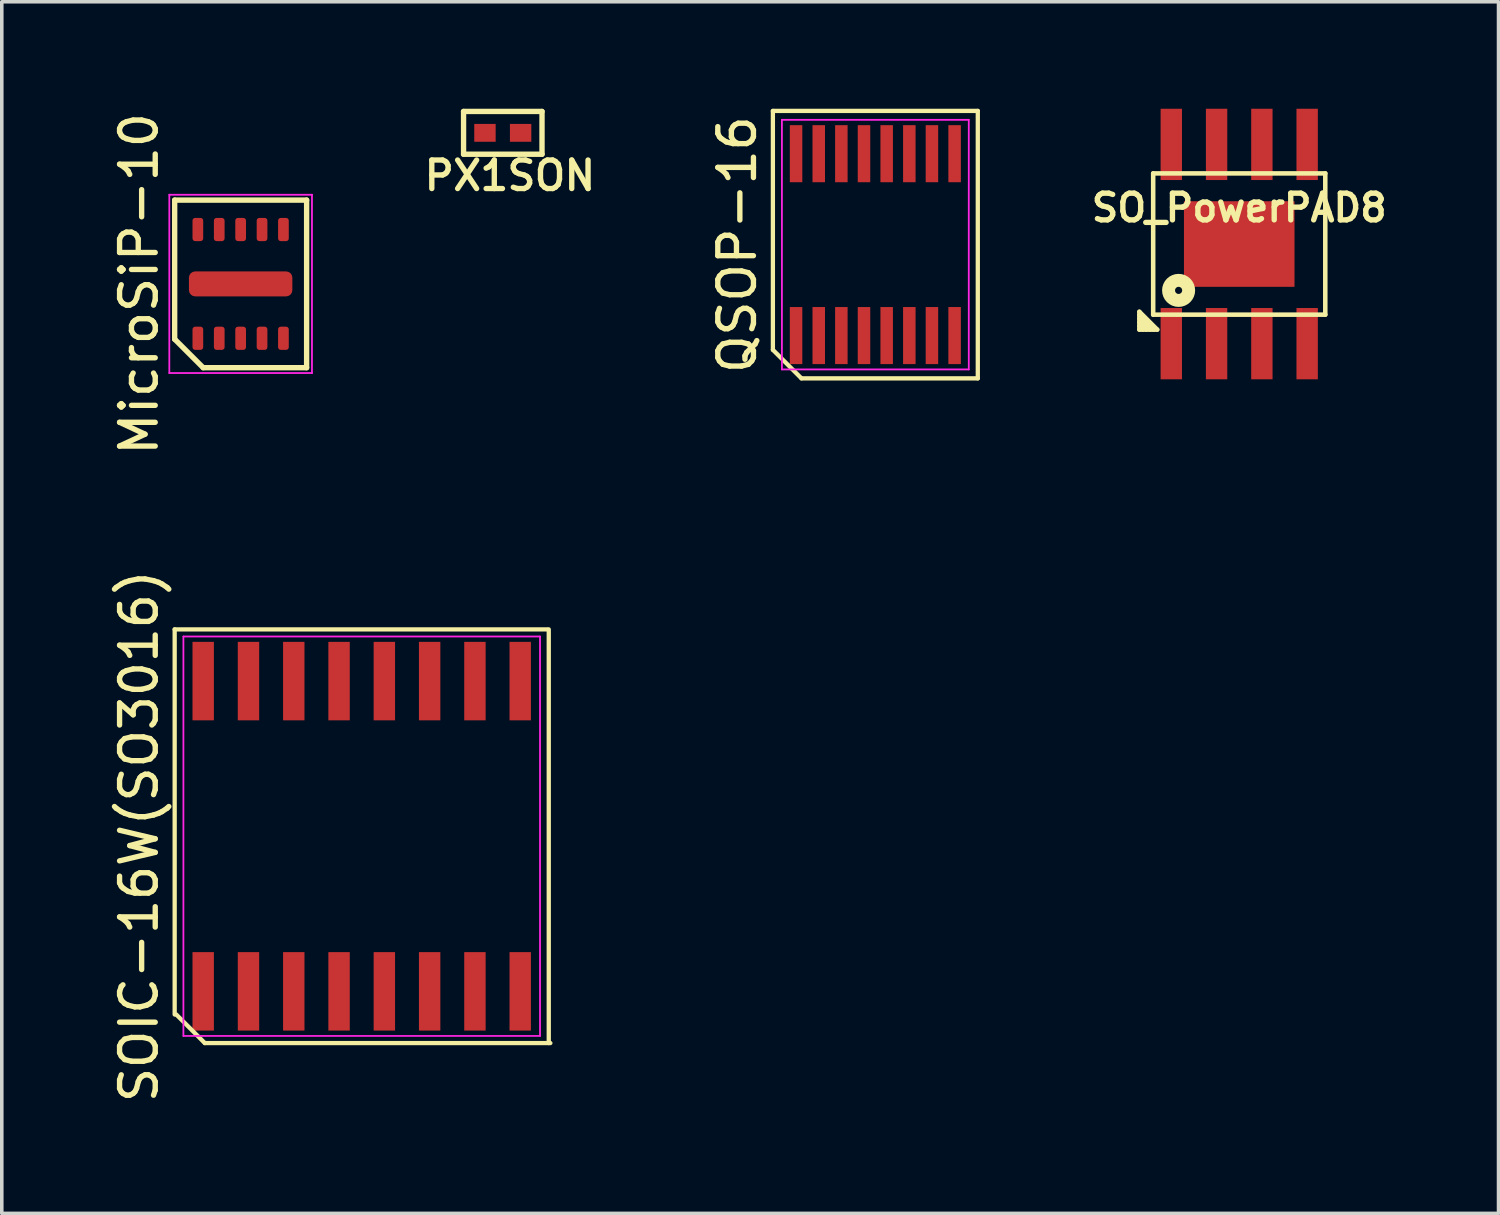
<source format=kicad_pcb>
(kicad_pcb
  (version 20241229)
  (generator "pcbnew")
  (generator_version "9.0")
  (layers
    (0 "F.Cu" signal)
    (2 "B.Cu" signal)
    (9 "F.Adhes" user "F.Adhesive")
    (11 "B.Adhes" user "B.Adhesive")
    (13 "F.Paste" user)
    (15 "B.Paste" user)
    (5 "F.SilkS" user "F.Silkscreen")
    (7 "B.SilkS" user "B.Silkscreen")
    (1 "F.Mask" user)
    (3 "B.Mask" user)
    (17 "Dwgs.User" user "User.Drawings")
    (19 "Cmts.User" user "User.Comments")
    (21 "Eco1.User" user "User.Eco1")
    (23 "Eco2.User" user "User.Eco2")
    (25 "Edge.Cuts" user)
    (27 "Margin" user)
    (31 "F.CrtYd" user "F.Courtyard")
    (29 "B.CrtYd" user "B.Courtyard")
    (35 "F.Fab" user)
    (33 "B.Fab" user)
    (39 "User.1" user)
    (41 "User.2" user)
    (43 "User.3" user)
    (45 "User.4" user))
  (footprint "QSOP-16"
    (layer "F.Cu")
    (at 21.496 3.81)
    (property "Reference" "QSOP-16" (at -3.873 0 90) (layer "F.SilkS") (effects (font (size 1 1) (thickness 0.15))))
    (attr smd)
    (fp_line (start -2.873 -3.75) (end 2.873 -3.75) (stroke (width 0.12) (type solid)) (layer "F.SilkS"))
    (fp_line (start -2.873 2.95) (end -2.873 -3.75) (stroke (width 0.12) (type solid)) (layer "F.SilkS"))
    (fp_line (start -2.072 3.75) (end -2.873 2.95) (stroke (width 0.12) (type solid)) (layer "F.SilkS"))
    (fp_line (start 2.873 -3.75) (end 2.873 3.75) (stroke (width 0.12) (type solid)) (layer "F.SilkS"))
    (fp_line (start 2.873 3.75) (end -2.072 3.75) (stroke (width 0.12) (type solid)) (layer "F.SilkS"))
    (fp_line (start -2.62 -3.5) (end 2.62 -3.5) (stroke (width 0.05) (type solid)) (layer "F.CrtYd"))
    (fp_line (start -2.62 3.5) (end -2.62 -3.5) (stroke (width 0.05) (type solid)) (layer "F.CrtYd"))
    (fp_line (start 2.62 -3.5) (end 2.62 3.5) (stroke (width 0.05) (type solid)) (layer "F.CrtYd"))
    (fp_line (start 2.62 3.5) (end -2.62 3.5) (stroke (width 0.05) (type solid)) (layer "F.CrtYd"))
    (pad "1" smd rect (at -2.223 2.55) (size 0.35 1.6) (layers "F.Cu" "F.Mask" "F.Paste"))
    (pad "2" smd rect (at -1.587 2.55) (size 0.35 1.6) (layers "F.Cu" "F.Mask" "F.Paste"))
    (pad "3" smd rect (at -0.953 2.55) (size 0.35 1.6) (layers "F.Cu" "F.Mask" "F.Paste"))
    (pad "4" smd rect (at -0.318 2.55) (size 0.35 1.6) (layers "F.Cu" "F.Mask" "F.Paste"))
    (pad "5" smd rect (at 0.318 2.55) (size 0.35 1.6) (layers "F.Cu" "F.Mask" "F.Paste"))
    (pad "6" smd rect (at 0.953 2.55) (size 0.35 1.6) (layers "F.Cu" "F.Mask" "F.Paste"))
    (pad "7" smd rect (at 1.587 2.55) (size 0.35 1.6) (layers "F.Cu" "F.Mask" "F.Paste"))
    (pad "8" smd rect (at 2.223 2.55) (size 0.35 1.6) (layers "F.Cu" "F.Mask" "F.Paste"))
    (pad "9" smd rect (at 2.223 -2.55) (size 0.35 1.6) (layers "F.Cu" "F.Mask" "F.Paste"))
    (pad "10" smd rect (at 1.587 -2.55) (size 0.35 1.6) (layers "F.Cu" "F.Mask" "F.Paste"))
    (pad "11" smd rect (at 0.953 -2.55) (size 0.35 1.6) (layers "F.Cu" "F.Mask" "F.Paste"))
    (pad "12" smd rect (at 0.318 -2.55) (size 0.35 1.6) (layers "F.Cu" "F.Mask" "F.Paste"))
    (pad "13" smd rect (at -0.318 -2.55) (size 0.35 1.6) (layers "F.Cu" "F.Mask" "F.Paste"))
    (pad "14" smd rect (at -0.953 -2.55) (size 0.35 1.6) (layers "F.Cu" "F.Mask" "F.Paste"))
    (pad "15" smd rect (at -1.587 -2.55) (size 0.35 1.6) (layers "F.Cu" "F.Mask" "F.Paste"))
    (pad "16" smd rect (at -2.223 -2.55) (size 0.35 1.6) (layers "F.Cu" "F.Mask" "F.Paste")))
  (footprint "PX1SON"
    (layer "F.Cu")
    (at 11.049 0.675)
    (property "Reference" "PX1SON" (at 0.2 1.2 0) (layer "F.SilkS") (effects (font (size 0.8 0.8) (thickness 0.15))))
    (attr through_hole)
    (fp_line (start -1.1 -0.6) (end 1.1 -0.6) (stroke (width 0.15) (type solid)) (layer "F.SilkS"))
    (fp_line (start -1.1 0.6) (end -1.1 -0.6) (stroke (width 0.15) (type solid)) (layer "F.SilkS"))
    (fp_line (start 1.1 -0.6) (end 1.1 0.6) (stroke (width 0.15) (type solid)) (layer "F.SilkS"))
    (fp_line (start 1.1 0.6) (end -1.1 0.6) (stroke (width 0.15) (type solid)) (layer "F.SilkS"))
    (pad "1" smd rect (at -0.5 0) (size 0.6 0.5) (layers "F.Cu" "F.Mask" "F.Paste"))
    (pad "2" smd rect (at 0.5 0) (size 0.6 0.5) (layers "F.Cu" "F.Mask" "F.Paste")))
  (footprint "SO_PowerPAD8"
    (layer "F.Cu")
    (at 31.7 3.793)
    (property "Reference" "SO_PowerPAD8" (at 0 -1.016 0) (layer "F.SilkS") (effects (font (size 0.749 0.749) (thickness 0.15))))
    (attr through_hole)
    (fp_line (start -2.8 1.9) (end -2.3 2.4) (stroke (width 0.127) (type solid)) (layer "F.SilkS"))
    (fp_line (start -2.8 2.4) (end -2.8 1.9) (stroke (width 0.127) (type solid)) (layer "F.SilkS"))
    (fp_line (start -2.7 2.4) (end -2.8 2.3) (stroke (width 0.127) (type solid)) (layer "F.SilkS"))
    (fp_line (start -2.6 2.4) (end -2.8 2.2) (stroke (width 0.127) (type solid)) (layer "F.SilkS"))
    (fp_line (start -2.5 2.4) (end -2.8 2.1) (stroke (width 0.127) (type solid)) (layer "F.SilkS"))
    (fp_line (start -2.413 -1.981) (end -2.413 1.981) (stroke (width 0.127) (type solid)) (layer "F.SilkS"))
    (fp_line (start -2.413 1.981) (end 2.413 1.981) (stroke (width 0.127) (type solid)) (layer "F.SilkS"))
    (fp_line (start -2.4 2.4) (end -2.8 2) (stroke (width 0.127) (type solid)) (layer "F.SilkS"))
    (fp_line (start -2.3 2.4) (end -2.8 2.4) (stroke (width 0.127) (type solid)) (layer "F.SilkS"))
    (fp_line (start 2.413 -1.981) (end -2.413 -1.981) (stroke (width 0.127) (type solid)) (layer "F.SilkS"))
    (fp_line (start 2.413 1.981) (end 2.413 -1.981) (stroke (width 0.127) (type solid)) (layer "F.SilkS"))
    (fp_circle (center -1.7 1.3) (end -2.1 1.3) (stroke (width 0.127) (type solid)) (fill no) (layer "F.SilkS"))
    (fp_circle (center -1.7 1.3) (end -2 1.3) (stroke (width 0.127) (type solid)) (fill no) (layer "F.SilkS"))
    (fp_circle (center -1.7 1.3) (end -1.9 1.3) (stroke (width 0.127) (type solid)) (fill no) (layer "F.SilkS"))
    (fp_circle (center -1.7 1.3) (end -1.8 1.3) (stroke (width 0.3) (type solid)) (fill no) (layer "F.SilkS"))
    (pad "1" smd rect (at -1.905 2.794) (size 0.599 1.999) (layers "F.Cu" "F.Mask" "F.Paste"))
    (pad "2" smd rect (at -0.635 2.794) (size 0.599 1.999) (layers "F.Cu" "F.Mask" "F.Paste"))
    (pad "3" smd rect (at 0.635 2.794) (size 0.599 1.999) (layers "F.Cu" "F.Mask" "F.Paste"))
    (pad "4" smd rect (at 1.905 2.794) (size 0.599 1.999) (layers "F.Cu" "F.Mask" "F.Paste"))
    (pad "5" smd rect (at 1.905 -2.794) (size 0.599 1.999) (layers "F.Cu" "F.Mask" "F.Paste"))
    (pad "6" smd rect (at 0.635 -2.794) (size 0.599 1.999) (layers "F.Cu" "F.Mask" "F.Paste"))
    (pad "7" smd rect (at -0.635 -2.794) (size 0.599 1.999) (layers "F.Cu" "F.Mask" "F.Paste"))
    (pad "8" smd rect (at -1.905 -2.794) (size 0.599 1.999) (layers "F.Cu" "F.Mask" "F.Paste"))
    (pad "9" smd rect (at 0 0) (size 3.1 2.4) (layers "F.Cu" "F.Mask" "F.Paste")))
  (footprint "SOIC-16W(SO3016)"
    (layer "F.Cu")
    (at 7.093 20.399)
    (property "Reference" "SOIC-16W(SO3016)" (at -6.245 0 90) (layer "F.SilkS") (effects (font (size 1 1) (thickness 0.15))))
    (attr smd)
    (fp_line (start -5.245 -5.8) (end 5.2 -5.8) (stroke (width 0.12) (type solid)) (layer "F.SilkS"))
    (fp_line (start -5.245 5) (end -5.245 -5.8) (stroke (width 0.12) (type solid)) (layer "F.SilkS"))
    (fp_line (start -4.4 5.8) (end -5.2 5) (stroke (width 0.12) (type solid)) (layer "F.SilkS"))
    (fp_line (start 5.245 -5.8) (end 5.245 5.8) (stroke (width 0.12) (type solid)) (layer "F.SilkS"))
    (fp_line (start 5.29 5.8) (end -4.4 5.8) (stroke (width 0.12) (type solid)) (layer "F.SilkS"))
    (fp_line (start -5 -5.6) (end 5 -5.6) (stroke (width 0.05) (type solid)) (layer "F.CrtYd"))
    (fp_line (start -5 5.6) (end -5 -5.6) (stroke (width 0.05) (type solid)) (layer "F.CrtYd"))
    (fp_line (start 5 -5.6) (end 5 5.6) (stroke (width 0.05) (type solid)) (layer "F.CrtYd"))
    (fp_line (start 5 5.6) (end -5 5.6) (stroke (width 0.05) (type solid)) (layer "F.CrtYd"))
    (pad "1" smd rect (at -4.445 4.35) (size 0.6 2.2) (layers "F.Cu" "F.Mask" "F.Paste"))
    (pad "2" smd rect (at -3.175 4.35) (size 0.6 2.2) (layers "F.Cu" "F.Mask" "F.Paste"))
    (pad "3" smd rect (at -1.905 4.35) (size 0.6 2.2) (layers "F.Cu" "F.Mask" "F.Paste"))
    (pad "4" smd rect (at -0.635 4.35) (size 0.6 2.2) (layers "F.Cu" "F.Mask" "F.Paste"))
    (pad "5" smd rect (at 0.635 4.35) (size 0.6 2.2) (layers "F.Cu" "F.Mask" "F.Paste"))
    (pad "6" smd rect (at 1.905 4.35) (size 0.6 2.2) (layers "F.Cu" "F.Mask" "F.Paste"))
    (pad "7" smd rect (at 3.175 4.35) (size 0.6 2.2) (layers "F.Cu" "F.Mask" "F.Paste"))
    (pad "8" smd rect (at 4.445 4.35) (size 0.6 2.2) (layers "F.Cu" "F.Mask" "F.Paste"))
    (pad "9" smd rect (at 4.445 -4.35) (size 0.6 2.2) (layers "F.Cu" "F.Mask" "F.Paste"))
    (pad "10" smd rect (at 3.175 -4.35) (size 0.6 2.2) (layers "F.Cu" "F.Mask" "F.Paste"))
    (pad "11" smd rect (at 1.905 -4.35) (size 0.6 2.2) (layers "F.Cu" "F.Mask" "F.Paste"))
    (pad "12" smd rect (at 0.635 -4.35) (size 0.6 2.2) (layers "F.Cu" "F.Mask" "F.Paste"))
    (pad "13" smd rect (at -0.635 -4.35) (size 0.6 2.2) (layers "F.Cu" "F.Mask" "F.Paste"))
    (pad "14" smd rect (at -1.905 -4.35) (size 0.6 2.2) (layers "F.Cu" "F.Mask" "F.Paste"))
    (pad "15" smd rect (at -3.175 -4.35) (size 0.6 2.2) (layers "F.Cu" "F.Mask" "F.Paste"))
    (pad "16" smd rect (at -4.445 -4.35) (size 0.6 2.2) (layers "F.Cu" "F.Mask" "F.Paste")))
  (footprint "MicroSiP-10"
    (layer "F.Cu")
    (at 3.698 4.911)
    (property "Reference" "MicroSiP-10" (at -2.85 0 90) (layer "F.SilkS") (effects (font (size 1 1) (thickness 0.15))))
    (attr smd)
    (fp_line (start -1.85 -2.35) (end 1.85 -2.35) (stroke (width 0.15) (type solid)) (layer "F.SilkS"))
    (fp_line (start -1.85 1.55) (end -1.85 -2.35) (stroke (width 0.15) (type solid)) (layer "F.SilkS"))
    (fp_line (start -1.05 2.35) (end -1.85 1.55) (stroke (width 0.15) (type solid)) (layer "F.SilkS"))
    (fp_line (start 1.85 -2.35) (end 1.85 2.35) (stroke (width 0.15) (type solid)) (layer "F.SilkS"))
    (fp_line (start 1.85 2.35) (end -1.05 2.35) (stroke (width 0.15) (type solid)) (layer "F.SilkS"))
    (fp_line (start -2 -2.5) (end 2 -2.5) (stroke (width 0.05) (type solid)) (layer "F.CrtYd"))
    (fp_line (start -2 2.5) (end -2 -2.5) (stroke (width 0.05) (type solid)) (layer "F.CrtYd"))
    (fp_line (start 2 -2.5) (end 2 2.5) (stroke (width 0.05) (type solid)) (layer "F.CrtYd"))
    (fp_line (start 2 2.5) (end -2 2.5) (stroke (width 0.05) (type solid)) (layer "F.CrtYd"))
    (pad "1" smd roundrect (at -1.2 1.525) (size 0.3 0.65) (layers "F.Cu" "F.Mask" "F.Paste") (roundrect_rratio 0.25))
    (pad "2" smd roundrect (at -0.6 1.525) (size 0.3 0.65) (layers "F.Cu" "F.Mask" "F.Paste") (roundrect_rratio 0.25))
    (pad "3" smd roundrect (at 0 1.525) (size 0.3 0.65) (layers "F.Cu" "F.Mask" "F.Paste") (roundrect_rratio 0.25))
    (pad "4" smd roundrect (at 0.6 1.525) (size 0.3 0.65) (layers "F.Cu" "F.Mask" "F.Paste") (roundrect_rratio 0.25))
    (pad "5" smd roundrect (at 1.2 1.525) (size 0.3 0.65) (layers "F.Cu" "F.Mask" "F.Paste") (roundrect_rratio 0.25))
    (pad "6" smd roundrect (at 1.2 -1.525) (size 0.3 0.65) (layers "F.Cu" "F.Mask" "F.Paste") (roundrect_rratio 0.25))
    (pad "7" smd roundrect (at 0.6 -1.525) (size 0.3 0.65) (layers "F.Cu" "F.Mask" "F.Paste") (roundrect_rratio 0.25))
    (pad "8" smd roundrect (at 0 -1.525) (size 0.3 0.65) (layers "F.Cu" "F.Mask" "F.Paste") (roundrect_rratio 0.25))
    (pad "9" smd roundrect (at -0.6 -1.525) (size 0.3 0.65) (layers "F.Cu" "F.Mask" "F.Paste") (roundrect_rratio 0.25))
    (pad "10" smd roundrect (at -1.2 -1.525) (size 0.3 0.65) (layers "F.Cu" "F.Mask" "F.Paste") (roundrect_rratio 0.25))
    (pad "11" smd roundrect (at 0 0) (size 2.9 0.7) (layers "F.Cu" "F.Mask" "F.Paste") (roundrect_rratio 0.25)))
  (gr_rect
    (start -3 -3)
    (end 38.971 30.976)
    (stroke (width 0.1) (type default))
    (fill no)
    (layer "Edge.Cuts")))
</source>
